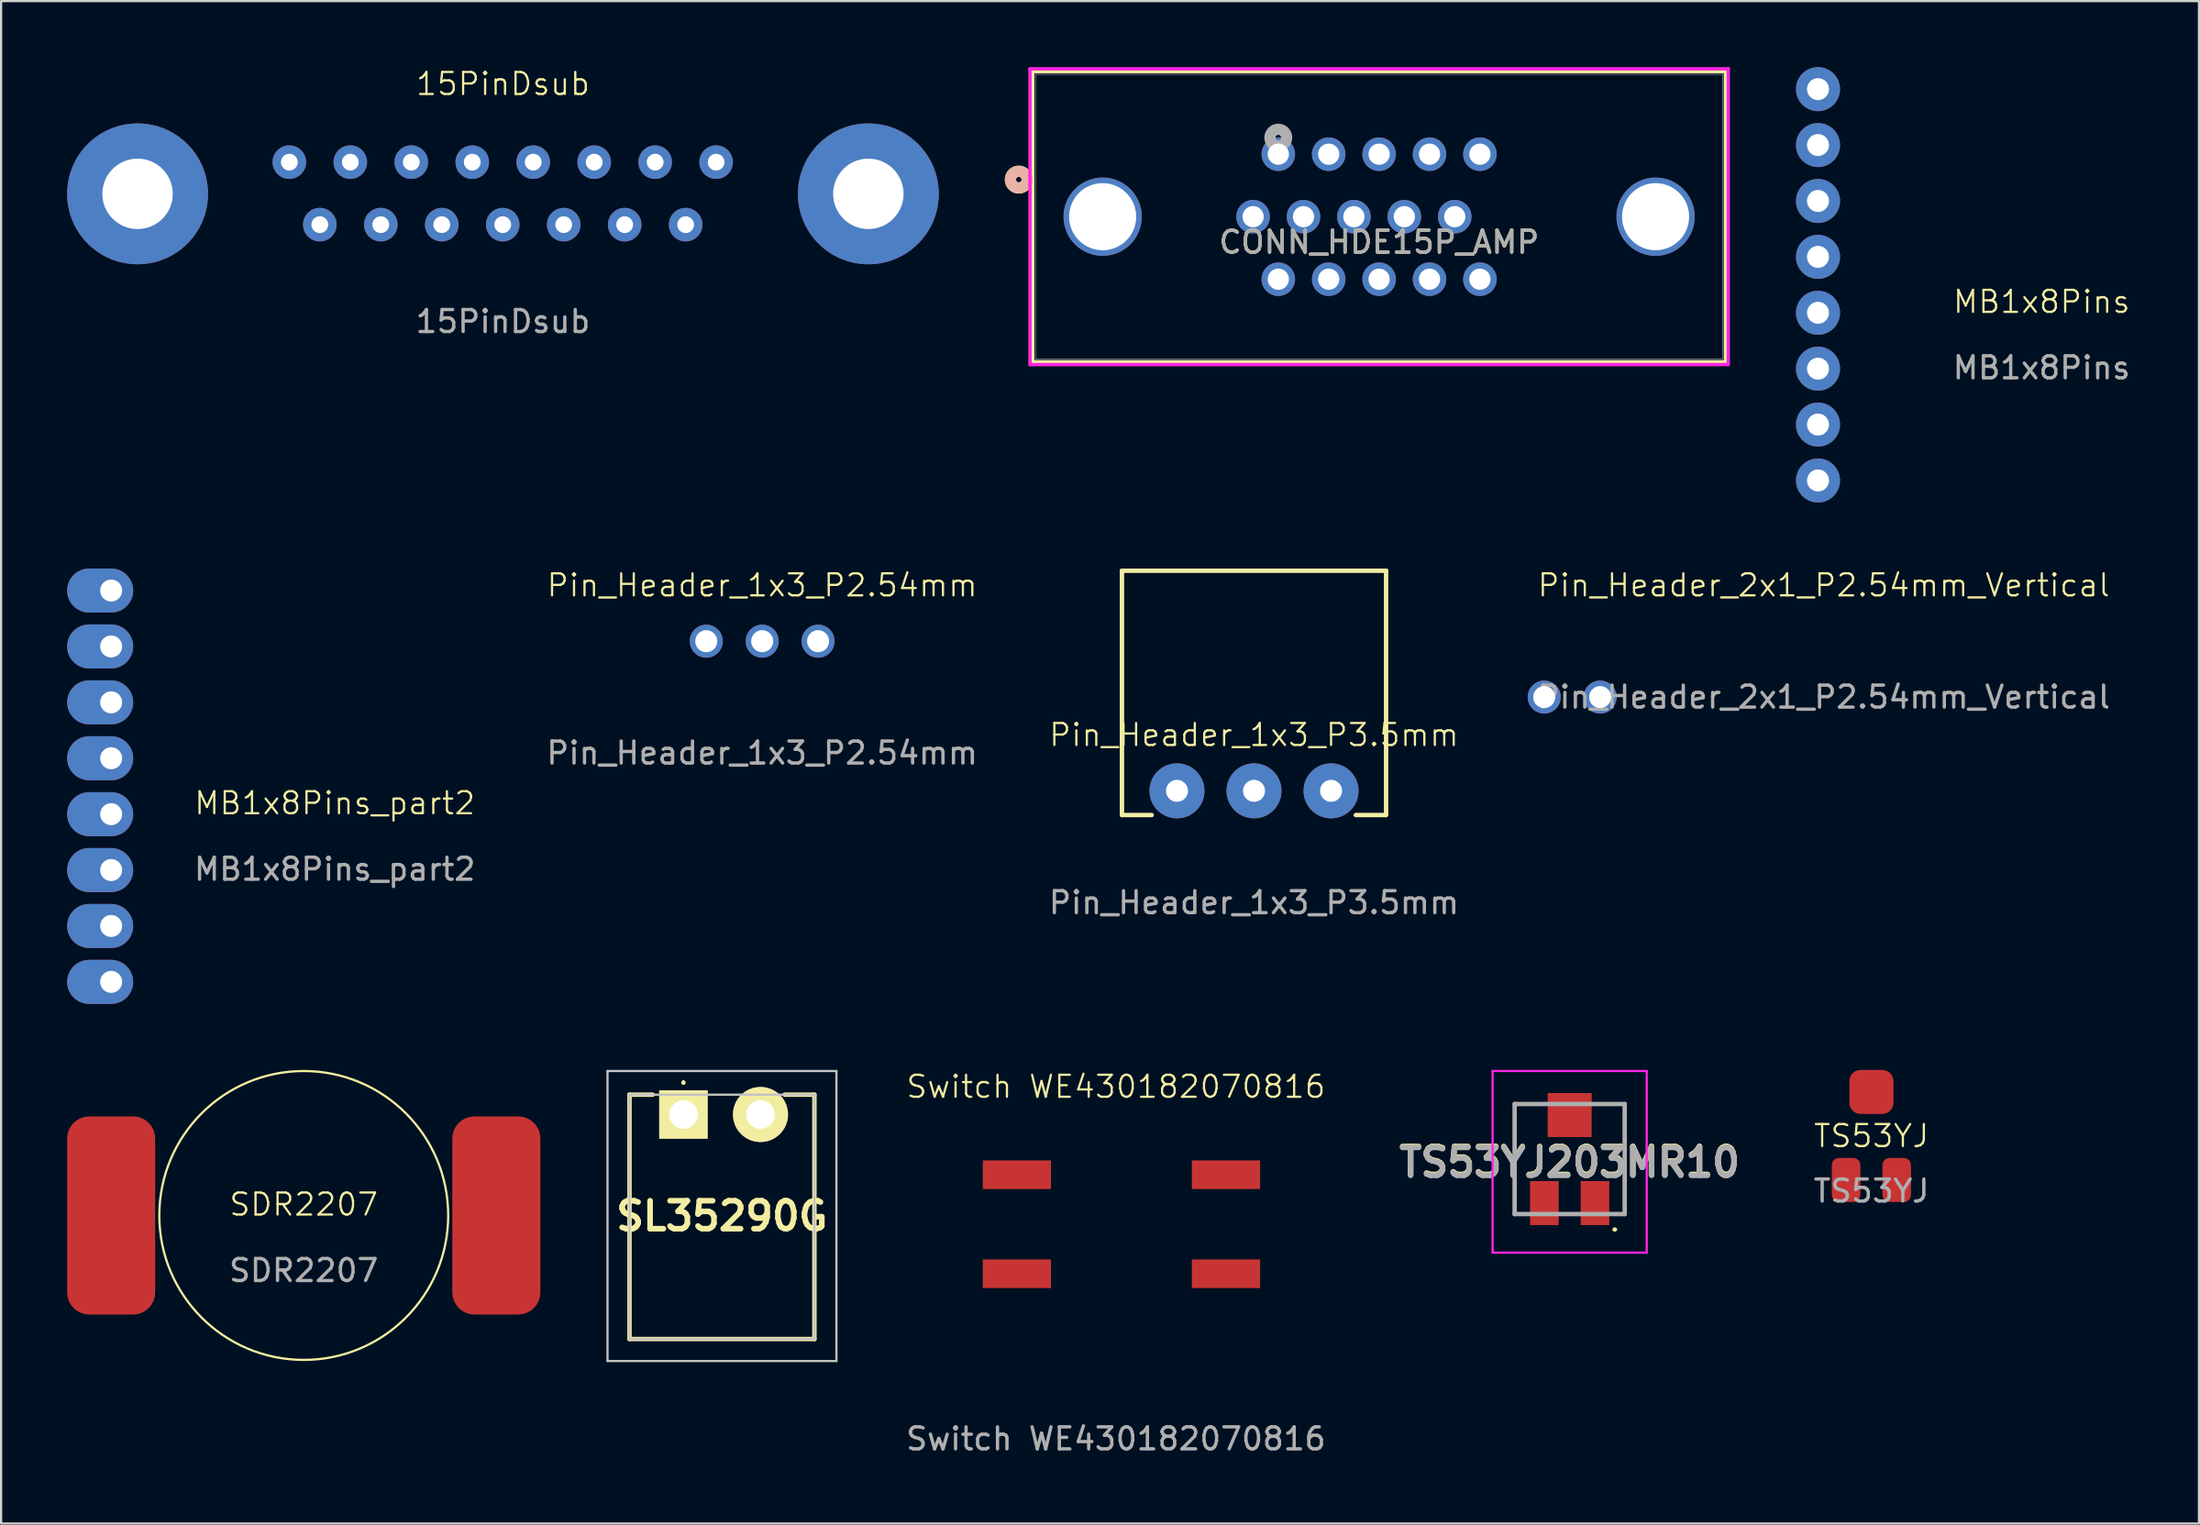
<source format=kicad_pcb>
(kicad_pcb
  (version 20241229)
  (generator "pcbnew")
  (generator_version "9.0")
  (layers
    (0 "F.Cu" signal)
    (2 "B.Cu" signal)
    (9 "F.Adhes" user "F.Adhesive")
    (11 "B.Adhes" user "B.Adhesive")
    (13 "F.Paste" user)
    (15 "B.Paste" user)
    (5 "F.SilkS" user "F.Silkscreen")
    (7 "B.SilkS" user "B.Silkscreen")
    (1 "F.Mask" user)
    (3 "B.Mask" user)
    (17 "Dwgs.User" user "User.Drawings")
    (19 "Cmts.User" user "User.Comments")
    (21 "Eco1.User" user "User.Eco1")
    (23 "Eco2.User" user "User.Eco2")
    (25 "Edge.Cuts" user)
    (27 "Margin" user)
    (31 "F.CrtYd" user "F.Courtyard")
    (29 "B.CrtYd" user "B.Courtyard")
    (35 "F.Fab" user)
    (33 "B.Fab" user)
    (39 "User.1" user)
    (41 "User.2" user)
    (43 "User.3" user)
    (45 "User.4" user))
  (footprint "Pin_Header_2x1_P2.54mm_Vertical"
    (layer "F.Cu")
    (at 67.106 28.62)
    (property "Reference" "Pin_Header_2x1_P2.54mm_Vertical" (at 12.7 -5.08 0) (unlocked yes) (layer "F.SilkS") (effects (font (size 1 1) (thickness 0.1))))
    (attr through_hole)
    (fp_text user "${REFERENCE}" (at 12.7 0 0) (unlocked yes) (layer "F.Fab") (effects (font (size 1 1) (thickness 0.15))))
    (pad "1" thru_hole circle (at 0 0) (size 1.5 1.5) (drill 1) (layers "*.Cu" "*.Mask"))
    (pad "2" thru_hole circle (at 2.54 0) (size 1.5 1.5) (drill 1) (layers "*.Cu" "*.Mask")))
  (footprint "Pin_Header_1x3_P3.5mm"
    (layer "F.Cu")
    (at 53.922 32.88)
    (property "Reference" "Pin_Header_1x3_P3.5mm" (at 0 -2.54 0) (unlocked yes) (layer "F.SilkS") (effects (font (size 1 1) (thickness 0.1))))
    (attr through_hole)
    (fp_line (start -6 -10) (end -6 1.1) (stroke (width 0.2) (type solid)) (layer "F.SilkS"))
    (fp_line (start -6 1.1) (end -4.65 1.1) (stroke (width 0.2) (type solid)) (layer "F.SilkS"))
    (fp_line (start 4.625 1.1) (end 5.975 1.1) (stroke (width 0.2) (type solid)) (layer "F.SilkS"))
    (fp_line (start 6 -10) (end -6 -10) (stroke (width 0.2) (type solid)) (layer "F.SilkS"))
    (fp_line (start 6 1.1) (end 6 -10) (stroke (width 0.2) (type solid)) (layer "F.SilkS"))
    (fp_text user "${REFERENCE}" (at 0 5.08 0) (unlocked yes) (layer "F.Fab") (effects (font (size 1 1) (thickness 0.15))))
    (pad "1" thru_hole circle (at -3.5 0) (size 2.5 2.5) (drill 1) (layers "*.Cu" "*.Mask"))
    (pad "2" thru_hole circle (at 0 0) (size 2.5 2.5) (drill 1) (layers "*.Cu" "*.Mask" "Eco1.User"))
    (pad "3" thru_hole circle (at 3.5 0) (size 2.5 2.5) (drill 1) (layers "*.Cu" "*.Mask")))
  (footprint "TS53YJ203MR10"
    (layer "F.Cu")
    (at 68.262 49.65)
    (property "Reference" "TS53YJ203MR10" (at 0 0.085 0) (layer "F.SilkS") (effects (font (size 1.27 1.27) (thickness 0.254))))
    (attr smd)
    (fp_line (start -2.5 -2.54) (end -2.5 -2.04) (stroke (width 0.1) (type solid)) (layer "F.SilkS"))
    (fp_line (start -2.5 1.76) (end -2.5 -1.84) (stroke (width 0.1) (type solid)) (layer "F.SilkS"))
    (fp_line (start -1.4 -2.54) (end -2.5 -2.54) (stroke (width 0.1) (type solid)) (layer "F.SilkS"))
    (fp_line (start 1.4 -2.54) (end 2.5 -2.54) (stroke (width 0.1) (type solid)) (layer "F.SilkS"))
    (fp_line (start 2 3.16) (end 2 3.16) (stroke (width 0.1) (type solid)) (layer "F.SilkS"))
    (fp_line (start 2.1 3.16) (end 2.1 3.16) (stroke (width 0.1) (type solid)) (layer "F.SilkS"))
    (fp_line (start 2.5 -2.54) (end 2.5 -1.84) (stroke (width 0.1) (type solid)) (layer "F.SilkS"))
    (fp_line (start 2.5 2.36) (end 2.5 -1.84) (stroke (width 0.1) (type solid)) (layer "F.SilkS"))
    (fp_arc (start 2 3.16) (mid 2.05 3.11) (end 2.1 3.16) (stroke (width 0.1) (type solid)) (layer "F.SilkS"))
    (fp_arc (start 2.1 3.16) (mid 2.05 3.21) (end 2 3.16) (stroke (width 0.1) (type solid)) (layer "F.SilkS"))
    (fp_line (start -3.5 -4.04) (end 3.5 -4.04) (stroke (width 0.1) (type solid)) (layer "F.CrtYd"))
    (fp_line (start -3.5 4.21) (end -3.5 -4.04) (stroke (width 0.1) (type solid)) (layer "F.CrtYd"))
    (fp_line (start 3.5 -4.04) (end 3.5 4.21) (stroke (width 0.1) (type solid)) (layer "F.CrtYd"))
    (fp_line (start 3.5 4.21) (end -3.5 4.21) (stroke (width 0.1) (type solid)) (layer "F.CrtYd"))
    (fp_line (start -2.5 -2.54) (end 2.5 -2.54) (stroke (width 0.2) (type solid)) (layer "F.Fab"))
    (fp_line (start -2.5 2.46) (end -2.5 -2.54) (stroke (width 0.2) (type solid)) (layer "F.Fab"))
    (fp_line (start 2.5 -2.54) (end 2.5 2.46) (stroke (width 0.2) (type solid)) (layer "F.Fab"))
    (fp_line (start 2.5 2.46) (end -2.5 2.46) (stroke (width 0.2) (type solid)) (layer "F.Fab"))
    (fp_text user "${REFERENCE}" (at 0 0.125 0) (layer "F.Fab") (effects (font (size 1.27 1.27) (thickness 0.254))))
    (pad "A1" smd rect (at 1.15 1.96) (size 1.3 2) (layers "F.Cu" "F.Mask" "F.Paste"))
    (pad "B1" smd rect (at 0 -2.04 90) (size 2 2) (layers "F.Cu" "F.Mask" "F.Paste"))
    (pad "C1" smd rect (at -1.15 1.96) (size 1.3 2) (layers "F.Cu" "F.Mask" "F.Paste")))
  (footprint "TS53YJ"
    (layer "F.Cu")
    (at 81.971 48.56)
    (property "Reference" "TS53YJ" (at 0 0 0) (unlocked yes) (layer "F.SilkS") (effects (font (size 1 1) (thickness 0.1))))
    (attr smd)
    (fp_text user "${REFERENCE}" (at 0 2.5 0) (unlocked yes) (layer "F.Fab") (effects (font (size 1 1) (thickness 0.15))))
    (pad "1" smd roundrect (at 1.15 2) (size 1.3 2) (layers "F.Cu" "F.Mask" "F.Paste") (roundrect_rratio 0.25))
    (pad "2" smd roundrect (at 0 -2) (size 2 2) (layers "F.Cu" "F.Mask" "F.Paste") (roundrect_rratio 0.25))
    (pad "3" smd roundrect (at -1.15 2) (size 1.3 2) (layers "F.Cu" "F.Mask" "F.Paste") (roundrect_rratio 0.25)))
  (footprint "MB1x8Pins_part2"
    (layer "F.Cu")
    (at 12.16 33.94)
    (property "Reference" "MB1x8Pins_part2" (at 0 -0.5 0) (unlocked yes) (layer "F.SilkS") (effects (font (size 1 1) (thickness 0.1))))
    (attr through_hole)
    (fp_text user "${REFERENCE}" (at 0 2.5 0) (unlocked yes) (layer "F.Fab") (effects (font (size 1 1) (thickness 0.15))))
    (pad "9" thru_hole oval (at -10.16 7.62) (size 3 2) (drill 1 (offset -0.5 0)) (layers "*.Cu" "*.Mask"))
    (pad "10" thru_hole oval (at -10.16 5.08) (size 3 2) (drill 1 (offset -0.5 0)) (layers "*.Cu" "*.Mask"))
    (pad "11" thru_hole oval (at -10.16 2.54) (size 3 2) (drill 1 (offset -0.5 0)) (layers "*.Cu" "*.Mask"))
    (pad "12" thru_hole oval (at -10.16 0) (size 3 2) (drill 1 (offset -0.5 0)) (layers "*.Cu" "*.Mask"))
    (pad "13" thru_hole oval (at -10.16 -2.54) (size 3 2) (drill 1 (offset -0.5 0)) (layers "*.Cu" "*.Mask"))
    (pad "14" thru_hole oval (at -10.16 -5.08) (size 3 2) (drill 1 (offset -0.5 0)) (layers "*.Cu" "*.Mask"))
    (pad "15" thru_hole oval (at -10.16 -7.62) (size 3 2) (drill 1 (offset -0.5 0)) (layers "*.Cu" "*.Mask"))
    (pad "16" thru_hole oval (at -10.16 -10.16) (size 3 2) (drill 1 (offset -0.5 0)) (layers "*.Cu" "*.Mask")))
  (footprint "CONN_HDE15P_AMP"
    (layer "F.Cu")
    (at 55.025 3.955)
    (property "Reference" "CONN_HDE15P_AMP" (at 4.58 3.995 0) (unlocked yes) (layer "F.SilkS") (effects (font (size 1 1) (thickness 0.15))))
    (attr through_hole)
    (fp_line (start -11.155 -3.752) (end -11.155 9.431) (stroke (width 0.152) (type solid)) (layer "F.SilkS"))
    (fp_line (start -11.155 9.431) (end 20.315 9.431) (stroke (width 0.152) (type solid)) (layer "F.SilkS"))
    (fp_line (start 20.315 -3.752) (end -11.155 -3.752) (stroke (width 0.152) (type solid)) (layer "F.SilkS"))
    (fp_line (start 20.315 9.431) (end 20.315 -3.752) (stroke (width 0.152) (type solid)) (layer "F.SilkS"))
    (fp_circle (center -11.79 1.155) (end -11.409 1.155) (stroke (width 0.508) (type solid)) (fill no) (layer "F.SilkS"))
    (fp_circle (center -11.79 1.155) (end -11.409 1.155) (stroke (width 0.508) (type solid)) (fill no) (layer "B.SilkS"))
    (fp_line (start -11.282 -3.879) (end -11.282 9.558) (stroke (width 0.152) (type solid)) (layer "F.CrtYd"))
    (fp_line (start -11.282 9.558) (end 20.442 9.558) (stroke (width 0.152) (type solid)) (layer "F.CrtYd"))
    (fp_line (start 20.442 -3.879) (end -11.282 -3.879) (stroke (width 0.152) (type solid)) (layer "F.CrtYd"))
    (fp_line (start 20.442 9.558) (end 20.442 -3.879) (stroke (width 0.152) (type solid)) (layer "F.CrtYd"))
    (fp_line (start -11.028 -3.625) (end -11.028 9.304) (stroke (width 0.025) (type solid)) (layer "F.Fab"))
    (fp_line (start -11.028 9.304) (end 20.188 9.304) (stroke (width 0.025) (type solid)) (layer "F.Fab"))
    (fp_line (start 20.188 -3.625) (end -11.028 -3.625) (stroke (width 0.025) (type solid)) (layer "F.Fab"))
    (fp_line (start 20.188 9.304) (end 20.188 -3.625) (stroke (width 0.025) (type solid)) (layer "F.Fab"))
    (fp_circle (center 0 -0.75) (end 0.381 -0.75) (stroke (width 0.508) (type solid)) (fill no) (layer "F.Fab"))
    (fp_text user "${REFERENCE}" (at 4.58 3.995 0) (unlocked yes) (layer "F.Fab") (effects (font (size 1 1) (thickness 0.15))))
    (pad "1" thru_hole circle (at 0 0) (size 1.524 1.524) (drill 0.965) (layers "*.Cu" "*.Mask"))
    (pad "2" thru_hole circle (at 2.29 0) (size 1.524 1.524) (drill 0.965) (layers "*.Cu" "*.Mask"))
    (pad "3" thru_hole circle (at 4.58 0) (size 1.524 1.524) (drill 0.965) (layers "*.Cu" "*.Mask"))
    (pad "4" thru_hole circle (at 6.87 0) (size 1.524 1.524) (drill 0.965) (layers "*.Cu" "*.Mask"))
    (pad "5" thru_hole circle (at 9.16 0) (size 1.524 1.524) (drill 0.965) (layers "*.Cu" "*.Mask"))
    (pad "6" thru_hole circle (at -1.145 2.84) (size 1.524 1.524) (drill 0.965) (layers "*.Cu" "*.Mask"))
    (pad "7" thru_hole circle (at 1.145 2.84) (size 1.524 1.524) (drill 0.965) (layers "*.Cu" "*.Mask"))
    (pad "8" thru_hole circle (at 3.435 2.84) (size 1.524 1.524) (drill 0.965) (layers "*.Cu" "*.Mask"))
    (pad "9" thru_hole circle (at 5.725 2.84) (size 1.524 1.524) (drill 0.965) (layers "*.Cu" "*.Mask"))
    (pad "10" thru_hole circle (at 8.015 2.84) (size 1.524 1.524) (drill 0.965) (layers "*.Cu" "*.Mask"))
    (pad "11" thru_hole circle (at 0 5.68) (size 1.524 1.524) (drill 0.965) (layers "*.Cu" "*.Mask"))
    (pad "12" thru_hole circle (at 2.29 5.68) (size 1.524 1.524) (drill 0.965) (layers "*.Cu" "*.Mask"))
    (pad "13" thru_hole circle (at 4.58 5.68) (size 1.524 1.524) (drill 0.965) (layers "*.Cu" "*.Mask"))
    (pad "14" thru_hole circle (at 6.87 5.68) (size 1.524 1.524) (drill 0.965) (layers "*.Cu" "*.Mask"))
    (pad "15" thru_hole circle (at 9.16 5.68) (size 1.524 1.524) (drill 0.965) (layers "*.Cu" "*.Mask"))
    (pad "16" thru_hole circle (at -7.98 2.84) (size 3.556 3.556) (drill 3.048) (layers "*.Cu" "*.Mask"))
    (pad "17" thru_hole circle (at 17.14 2.84) (size 3.556 3.556) (drill 3.048) (layers "*.Cu" "*.Mask")))
  (footprint "Pin_Header_1x3_P2.54mm"
    (layer "F.Cu")
    (at 31.577 26.081)
    (property "Reference" "Pin_Header_1x3_P2.54mm" (at 0 -2.54 0) (unlocked yes) (layer "F.SilkS") (effects (font (size 1 1) (thickness 0.1))))
    (attr through_hole)
    (fp_text user "${REFERENCE}" (at 0 5.08 0) (unlocked yes) (layer "F.Fab") (effects (font (size 1 1) (thickness 0.15))))
    (pad "1" thru_hole circle (at -2.54 0) (size 1.5 1.5) (drill 1) (layers "*.Cu" "*.Mask"))
    (pad "2" thru_hole circle (at 0 0) (size 1.5 1.5) (drill 1) (layers "*.Cu" "*.Mask" "Eco1.User"))
    (pad "3" thru_hole circle (at 2.54 0) (size 1.5 1.5) (drill 1) (layers "*.Cu" "*.Mask")))
  (footprint "SL35290G"
    (layer "F.Cu")
    (at 28 47.585)
    (property "Reference" "SL35290G" (at 1.75 4.613 0) (layer "F.SilkS") (effects (font (size 1.27 1.27) (thickness 0.254))))
    (attr through_hole exclude_from_pos_files)
    (fp_line (start -2.45 -0.9) (end -2.45 10.2) (stroke (width 0.2) (type solid)) (layer "F.SilkS"))
    (fp_line (start -2.45 10.2) (end 5.95 10.2) (stroke (width 0.2) (type solid)) (layer "F.SilkS"))
    (fp_line (start -1.4 -0.9) (end -2.45 -0.9) (stroke (width 0.2) (type solid)) (layer "F.SilkS"))
    (fp_line (start 0 -1.5) (end 0 -1.5) (stroke (width 0.1) (type solid)) (layer "F.SilkS"))
    (fp_line (start 0 -1.4) (end 0 -1.4) (stroke (width 0.1) (type solid)) (layer "F.SilkS"))
    (fp_line (start 5.95 -0.9) (end 4.6 -0.9) (stroke (width 0.2) (type solid)) (layer "F.SilkS"))
    (fp_line (start 5.95 10.2) (end 5.95 -0.9) (stroke (width 0.2) (type solid)) (layer "F.SilkS"))
    (fp_arc (start 0 -1.5) (mid 0.05 -1.45) (end 0 -1.4) (stroke (width 0.1) (type solid)) (layer "F.SilkS"))
    (fp_arc (start 0 -1.4) (mid -0.05 -1.45) (end 0 -1.5) (stroke (width 0.1) (type solid)) (layer "F.SilkS"))
    (fp_line (start -3.45 -1.975) (end 6.95 -1.975) (stroke (width 0.1) (type solid)) (layer "Dwgs.User"))
    (fp_line (start -3.45 11.2) (end -3.45 -1.975) (stroke (width 0.1) (type solid)) (layer "Dwgs.User"))
    (fp_line (start -2.45 -0.9) (end 5.95 -0.9) (stroke (width 0.1) (type solid)) (layer "Dwgs.User"))
    (fp_line (start -2.45 10.2) (end -2.45 -0.9) (stroke (width 0.1) (type solid)) (layer "Dwgs.User"))
    (fp_line (start 5.95 -0.9) (end 5.95 10.2) (stroke (width 0.1) (type solid)) (layer "Dwgs.User"))
    (fp_line (start 5.95 10.2) (end -2.45 10.2) (stroke (width 0.1) (type solid)) (layer "Dwgs.User"))
    (fp_line (start 6.95 -1.975) (end 6.95 11.2) (stroke (width 0.1) (type solid)) (layer "Dwgs.User"))
    (fp_line (start 6.95 11.2) (end -3.45 11.2) (stroke (width 0.1) (type solid)) (layer "Dwgs.User"))
    (pad "1" thru_hole rect (at 0 0 90) (size 2.2 2.2) (drill 1.3) (layers "*.Cu" "*.Mask" "F.SilkS"))
    (pad "2" thru_hole circle (at 3.5 0 90) (size 2.5 2.5) (drill 1.3) (layers "*.Cu" "*.Mask" "F.SilkS")))
  (footprint "SDR2207"
    (layer "F.Cu")
    (at 10.75 52.172)
    (property "Reference" "SDR2207" (at 0 -0.5 0) (unlocked yes) (layer "F.SilkS") (effects (font (size 1 1) (thickness 0.1))))
    (attr smd)
    (fp_circle (center 0 0) (end -5 -4.25) (stroke (width 0.1) (type default)) (fill no) (layer "F.SilkS"))
    (fp_text user "${REFERENCE}" (at 0 2.5 0) (unlocked yes) (layer "F.Fab") (effects (font (size 1 1) (thickness 0.15))))
    (pad "1" smd roundrect (at 8.75 0) (size 4 9) (layers "F.Cu" "F.Mask" "F.Paste") (roundrect_rratio 0.25))
    (pad "2" smd roundrect (at -8.75 0) (size 4 9) (layers "F.Cu" "F.Mask" "F.Paste") (roundrect_rratio 0.25)))
  (footprint "Switch WE430182070816"
    (layer "F.Cu")
    (at 47.649 52.321)
    (property "Reference" "Switch WE430182070816" (at 0 -6 0) (unlocked yes) (layer "F.SilkS") (effects (font (size 1 1) (thickness 0.1))))
    (attr smd)
    (fp_text user "${REFERENCE}" (at 0 10 0) (unlocked yes) (layer "F.Fab") (effects (font (size 1 1) (thickness 0.15))))
    (pad "1" smd rect (at -4.5 -2) (size 3.1 1.3) (layers "F.Cu" "F.Mask" "F.Paste"))
    (pad "2" smd rect (at -4.5 2.5) (size 3.1 1.3) (layers "F.Cu" "F.Mask" "F.Paste"))
    (pad "3" smd rect (at 5 2.5) (size 3.1 1.3) (layers "F.Cu" "F.Mask" "F.Paste"))
    (pad "4" smd rect (at 5 -2) (size 3.1 1.3) (layers "F.Cu" "F.Mask" "F.Paste")))
  (footprint "MB1x8Pins"
    (layer "F.Cu")
    (at 89.704 11.16)
    (property "Reference" "MB1x8Pins" (at 0 -0.5 0) (unlocked yes) (layer "F.SilkS") (effects (font (size 1 1) (thickness 0.1))))
    (attr through_hole)
    (fp_text user "${REFERENCE}" (at 0 2.5 0) (unlocked yes) (layer "F.Fab") (effects (font (size 1 1) (thickness 0.15))))
    (pad "1" thru_hole circle (at -10.16 -10.16) (size 2 2) (drill 1) (layers "*.Cu" "*.Mask"))
    (pad "2" thru_hole circle (at -10.16 -7.62) (size 2 2) (drill 1) (layers "*.Cu" "*.Mask"))
    (pad "3" thru_hole circle (at -10.16 -5.08) (size 2 2) (drill 1) (layers "*.Cu" "*.Mask"))
    (pad "4" thru_hole circle (at -10.16 -2.54) (size 2 2) (drill 1) (layers "*.Cu" "*.Mask"))
    (pad "5" thru_hole circle (at -10.16 0) (size 2 2) (drill 1) (layers "*.Cu" "*.Mask"))
    (pad "6" thru_hole circle (at -10.16 2.54) (size 2 2) (drill 1) (layers "*.Cu" "*.Mask"))
    (pad "7" thru_hole circle (at -10.16 5.08) (size 2 2) (drill 1) (layers "*.Cu" "*.Mask"))
    (pad "8" thru_hole circle (at -10.16 7.62) (size 2 2) (drill 1) (layers "*.Cu" "*.Mask")))
  (footprint "15PinDsub"
    (layer "F.Cu")
    (at 19.8 10.057)
    (property "Reference" "15PinDsub" (at 0 -9.296 0) (unlocked yes) (layer "F.SilkS") (effects (font (size 1 1) (thickness 0.1))))
    (attr through_hole)
    (fp_text user "${REFERENCE}" (at 0 1.5 0) (unlocked yes) (layer "F.Fab") (effects (font (size 1 1) (thickness 0.15))))
    (pad "1" thru_hole circle (at -9.705 -5.74) (size 1.524 1.524) (drill 0.762) (layers "*.Cu" "*.Mask"))
    (pad "2" thru_hole circle (at -6.935 -5.74) (size 1.524 1.524) (drill 0.762) (layers "*.Cu" "*.Mask"))
    (pad "3" thru_hole circle (at -4.165 -5.74) (size 1.524 1.524) (drill 0.762) (layers "*.Cu" "*.Mask"))
    (pad "4" thru_hole circle (at -1.395 -5.74) (size 1.524 1.524) (drill 0.762) (layers "*.Cu" "*.Mask"))
    (pad "5" thru_hole circle (at 1.375 -5.74) (size 1.524 1.524) (drill 0.762) (layers "*.Cu" "*.Mask"))
    (pad "6" thru_hole circle (at 4.145 -5.74) (size 1.524 1.524) (drill 0.762) (layers "*.Cu" "*.Mask"))
    (pad "7" thru_hole circle (at 6.915 -5.74) (size 1.524 1.524) (drill 0.762) (layers "*.Cu" "*.Mask"))
    (pad "8" thru_hole circle (at 9.685 -5.74) (size 1.524 1.524) (drill 0.762) (layers "*.Cu" "*.Mask"))
    (pad "9" thru_hole circle (at -8.32 -2.9 180) (size 1.524 1.524) (drill 0.762) (layers "*.Cu" "*.Mask"))
    (pad "10" thru_hole circle (at -5.55 -2.9 180) (size 1.524 1.524) (drill 0.762) (layers "*.Cu" "*.Mask"))
    (pad "11" thru_hole circle (at -2.78 -2.9 180) (size 1.524 1.524) (drill 0.762) (layers "*.Cu" "*.Mask"))
    (pad "12" thru_hole circle (at -0.01 -2.9 180) (size 1.524 1.524) (drill 0.762) (layers "*.Cu" "*.Mask"))
    (pad "13" thru_hole circle (at 2.76 -2.9 180) (size 1.524 1.524) (drill 0.762) (layers "*.Cu" "*.Mask"))
    (pad "14" thru_hole circle (at 5.53 -2.9 180) (size 1.524 1.524) (drill 0.762) (layers "*.Cu" "*.Mask"))
    (pad "15" thru_hole circle (at 8.3 -2.9 180) (size 1.524 1.524) (drill 0.762) (layers "*.Cu" "*.Mask"))
    (pad "16" thru_hole circle (at -16.6 -4.3) (size 6.4 6.4) (drill 3.2) (layers "*.Cu" "*.Mask"))
    (pad "16" thru_hole circle (at 16.6 -4.3) (size 6.4 6.4) (drill 3.2) (layers "*.Cu" "*.Mask")))
  (gr_rect
    (start -3 -3)
    (end 96.853 66.169)
    (stroke (width 0.1) (type default))
    (fill no)
    (layer "Edge.Cuts")))
</source>
